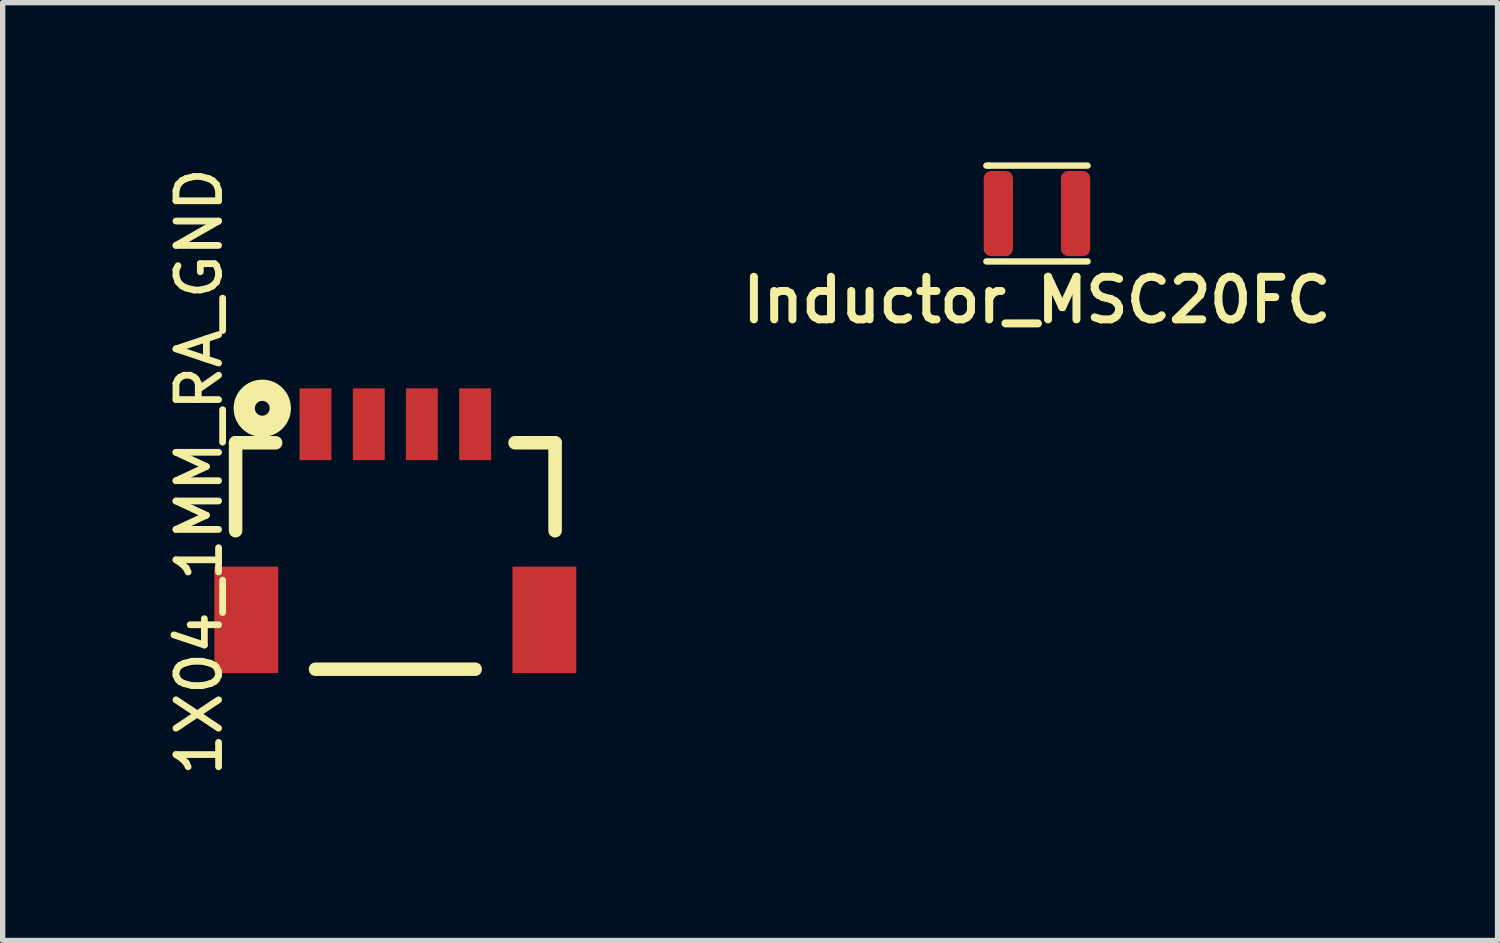
<source format=kicad_pcb>
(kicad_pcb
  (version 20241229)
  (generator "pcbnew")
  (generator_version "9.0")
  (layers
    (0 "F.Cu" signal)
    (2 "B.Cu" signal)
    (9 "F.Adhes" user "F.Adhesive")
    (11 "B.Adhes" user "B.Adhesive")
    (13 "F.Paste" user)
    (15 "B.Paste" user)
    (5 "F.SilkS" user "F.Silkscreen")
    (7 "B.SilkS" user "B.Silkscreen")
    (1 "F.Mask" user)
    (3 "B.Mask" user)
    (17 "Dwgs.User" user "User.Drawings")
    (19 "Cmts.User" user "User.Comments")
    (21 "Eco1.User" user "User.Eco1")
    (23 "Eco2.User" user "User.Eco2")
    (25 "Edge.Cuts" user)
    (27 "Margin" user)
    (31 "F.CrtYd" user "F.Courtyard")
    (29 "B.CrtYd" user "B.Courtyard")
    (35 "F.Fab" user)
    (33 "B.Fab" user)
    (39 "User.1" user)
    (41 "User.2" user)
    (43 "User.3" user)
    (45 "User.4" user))
  (footprint "1X04_1MM_RA_GND"
    (layer "F.Cu")
    (at 4.374 4.917)
    (property "Reference" "1X04_1MM_RA_GND" (at -3.683 0.889 270) (layer "F.SilkS") (effects (font (size 0.8 0.8) (thickness 0.127))))
    (attr smd)
    (fp_line (start -3 0.348) (end -3 1.999) (stroke (width 0.254) (type solid)) (layer "F.SilkS"))
    (fp_line (start -2.248 0.348) (end -3 0.348) (stroke (width 0.254) (type solid)) (layer "F.SilkS"))
    (fp_line (start 1.499 4.6) (end -1.499 4.6) (stroke (width 0.254) (type solid)) (layer "F.SilkS"))
    (fp_line (start 3 0.348) (end 2.248 0.348) (stroke (width 0.254) (type solid)) (layer "F.SilkS"))
    (fp_line (start 3 1.999) (end 3 0.348) (stroke (width 0.254) (type solid)) (layer "F.SilkS"))
    (fp_circle (center -2.499 -0.3) (end -2.499 -0.439) (stroke (width 0.399) (type solid)) (fill no) (layer "F.SilkS"))
    (pad "1" smd rect (at -1.499 0 180) (size 0.599 1.349) (layers "F.Cu" "F.Mask" "F.Paste"))
    (pad "2" smd rect (at -0.498 0 180) (size 0.599 1.349) (layers "F.Cu" "F.Mask" "F.Paste"))
    (pad "3" smd rect (at 0.498 0 180) (size 0.599 1.349) (layers "F.Cu" "F.Mask" "F.Paste"))
    (pad "4" smd rect (at 1.499 0 180) (size 0.599 1.349) (layers "F.Cu" "F.Mask" "F.Paste"))
    (pad "5" smd rect (at -2.799 3.673 180) (size 1.199 1.999) (layers "F.Cu" "F.Mask" "F.Paste"))
    (pad "6" smd rect (at 2.799 3.673 180) (size 1.199 1.999) (layers "F.Cu" "F.Mask" "F.Paste")))
  (footprint "Inductor_MSC20FC"
    (layer "F.Cu")
    (at 16.423 0.96)
    (property "Reference" "Inductor_MSC20FC" (at -0.001 1.625 180) (layer "F.SilkS") (effects (font (size 0.8 0.8) (thickness 0.15))))
    (attr smd)
    (fp_line (start -0.95 0.9) (end 0.95 0.9) (stroke (width 0.12) (type solid)) (layer "F.SilkS"))
    (fp_line (start -0.9 -0.9) (end -0.95 -0.9) (stroke (width 0.12) (type solid)) (layer "F.SilkS"))
    (fp_line (start -0.9 -0.9) (end 0.95 -0.9) (stroke (width 0.12) (type solid)) (layer "F.SilkS"))
    (pad "1" smd roundrect (at -0.725 0 180) (size 0.55 1.6) (layers "F.Cu" "F.Mask" "F.Paste") (roundrect_rratio 0.25))
    (pad "2" smd roundrect (at 0.725 0 180) (size 0.55 1.6) (layers "F.Cu" "F.Mask" "F.Paste") (roundrect_rratio 0.25)))
  (gr_rect
    (start -3 -3)
    (end 25.072 14.611)
    (stroke (width 0.1) (type default))
    (fill no)
    (layer "Edge.Cuts")))
</source>
